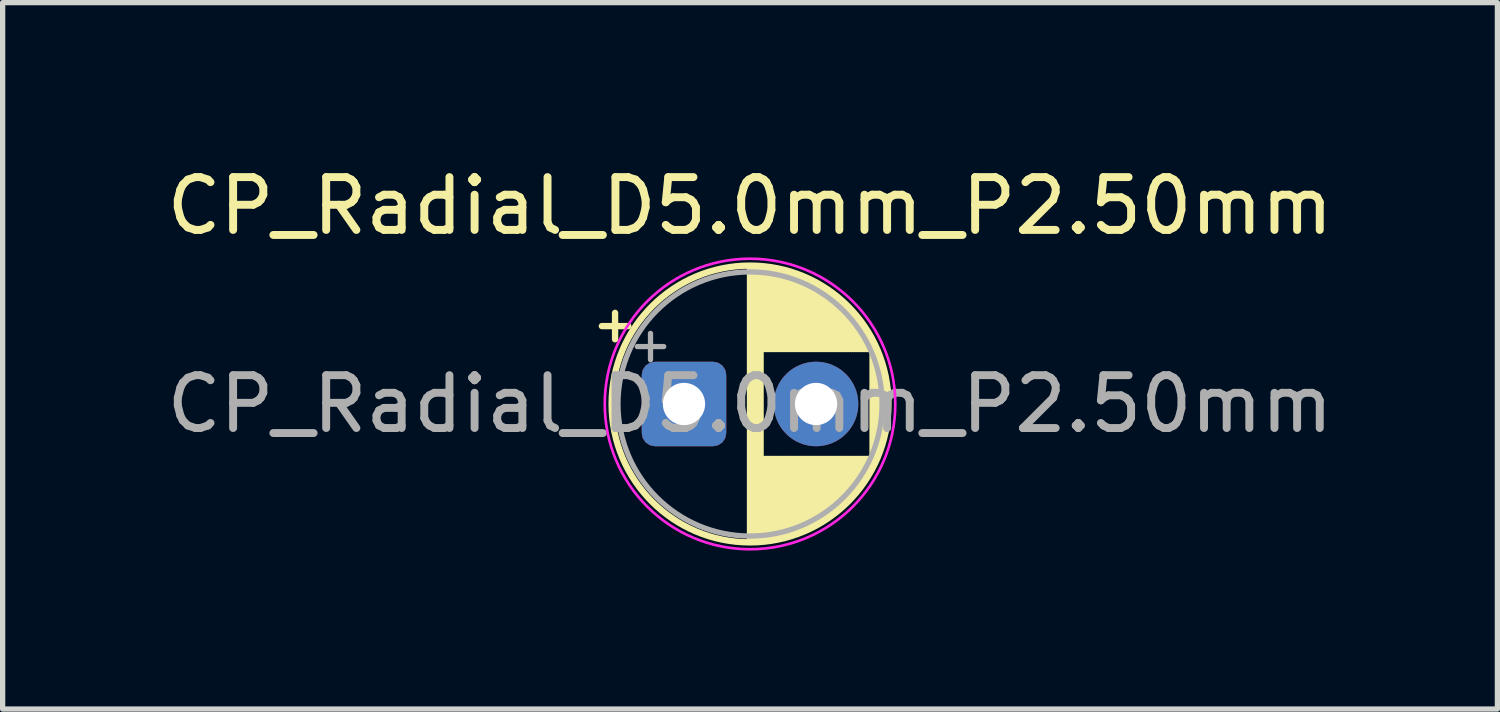
<source format=kicad_pcb>
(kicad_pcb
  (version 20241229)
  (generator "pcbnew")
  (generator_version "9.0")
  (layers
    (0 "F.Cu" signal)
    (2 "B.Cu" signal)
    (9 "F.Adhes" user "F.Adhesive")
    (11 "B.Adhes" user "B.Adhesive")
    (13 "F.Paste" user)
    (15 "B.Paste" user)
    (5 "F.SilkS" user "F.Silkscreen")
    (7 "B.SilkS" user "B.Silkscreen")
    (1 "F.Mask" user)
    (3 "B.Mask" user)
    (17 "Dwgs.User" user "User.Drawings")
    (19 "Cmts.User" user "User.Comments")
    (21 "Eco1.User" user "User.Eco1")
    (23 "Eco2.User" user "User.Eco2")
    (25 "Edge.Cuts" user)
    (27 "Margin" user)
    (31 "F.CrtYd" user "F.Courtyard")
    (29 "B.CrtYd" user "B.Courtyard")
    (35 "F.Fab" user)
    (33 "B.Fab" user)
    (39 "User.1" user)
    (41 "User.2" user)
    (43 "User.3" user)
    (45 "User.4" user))
  (footprint "CP_Radial_D5.0mm_P2.50mm"
    (layer "F.Cu")
    (at 9.899 4.598)
    (property "Reference" "CP_Radial_D5.0mm_P2.50mm" (at 1.25 -3.75 180) (layer "F.SilkS") (effects (font (size 1 1) (thickness 0.15))))
    (attr through_hole)
    (fp_line (start -1.555 -1.475) (end -1.055 -1.475) (stroke (width 0.12) (type solid)) (layer "F.SilkS"))
    (fp_line (start -1.305 -1.725) (end -1.305 -1.225) (stroke (width 0.12) (type solid)) (layer "F.SilkS"))
    (fp_line (start 1.25 -2.58) (end 1.25 2.58) (stroke (width 0.12) (type solid)) (layer "F.SilkS"))
    (fp_line (start 1.29 -2.58) (end 1.29 2.58) (stroke (width 0.12) (type solid)) (layer "F.SilkS"))
    (fp_line (start 1.33 -2.579) (end 1.33 2.579) (stroke (width 0.12) (type solid)) (layer "F.SilkS"))
    (fp_line (start 1.37 -2.577) (end 1.37 2.577) (stroke (width 0.12) (type solid)) (layer "F.SilkS"))
    (fp_line (start 1.41 -2.575) (end 1.41 2.575) (stroke (width 0.12) (type solid)) (layer "F.SilkS"))
    (fp_line (start 1.45 -2.572) (end 1.45 2.572) (stroke (width 0.12) (type solid)) (layer "F.SilkS"))
    (fp_line (start 1.49 -2.569) (end 1.49 -1.04) (stroke (width 0.12) (type solid)) (layer "F.SilkS"))
    (fp_line (start 1.49 1.04) (end 1.49 2.569) (stroke (width 0.12) (type solid)) (layer "F.SilkS"))
    (fp_line (start 1.53 -2.565) (end 1.53 -1.04) (stroke (width 0.12) (type solid)) (layer "F.SilkS"))
    (fp_line (start 1.53 1.04) (end 1.53 2.565) (stroke (width 0.12) (type solid)) (layer "F.SilkS"))
    (fp_line (start 1.57 -2.56) (end 1.57 -1.04) (stroke (width 0.12) (type solid)) (layer "F.SilkS"))
    (fp_line (start 1.57 1.04) (end 1.57 2.56) (stroke (width 0.12) (type solid)) (layer "F.SilkS"))
    (fp_line (start 1.61 -2.555) (end 1.61 -1.04) (stroke (width 0.12) (type solid)) (layer "F.SilkS"))
    (fp_line (start 1.61 1.04) (end 1.61 2.555) (stroke (width 0.12) (type solid)) (layer "F.SilkS"))
    (fp_line (start 1.65 -2.549) (end 1.65 -1.04) (stroke (width 0.12) (type solid)) (layer "F.SilkS"))
    (fp_line (start 1.65 1.04) (end 1.65 2.549) (stroke (width 0.12) (type solid)) (layer "F.SilkS"))
    (fp_line (start 1.69 -2.543) (end 1.69 -1.04) (stroke (width 0.12) (type solid)) (layer "F.SilkS"))
    (fp_line (start 1.69 1.04) (end 1.69 2.543) (stroke (width 0.12) (type solid)) (layer "F.SilkS"))
    (fp_line (start 1.73 -2.536) (end 1.73 -1.04) (stroke (width 0.12) (type solid)) (layer "F.SilkS"))
    (fp_line (start 1.73 1.04) (end 1.73 2.536) (stroke (width 0.12) (type solid)) (layer "F.SilkS"))
    (fp_line (start 1.77 -2.528) (end 1.77 -1.04) (stroke (width 0.12) (type solid)) (layer "F.SilkS"))
    (fp_line (start 1.77 1.04) (end 1.77 2.528) (stroke (width 0.12) (type solid)) (layer "F.SilkS"))
    (fp_line (start 1.81 -2.519) (end 1.81 -1.04) (stroke (width 0.12) (type solid)) (layer "F.SilkS"))
    (fp_line (start 1.81 1.04) (end 1.81 2.519) (stroke (width 0.12) (type solid)) (layer "F.SilkS"))
    (fp_line (start 1.85 -2.51) (end 1.85 -1.04) (stroke (width 0.12) (type solid)) (layer "F.SilkS"))
    (fp_line (start 1.85 1.04) (end 1.85 2.51) (stroke (width 0.12) (type solid)) (layer "F.SilkS"))
    (fp_line (start 1.89 -2.501) (end 1.89 -1.04) (stroke (width 0.12) (type solid)) (layer "F.SilkS"))
    (fp_line (start 1.89 1.04) (end 1.89 2.501) (stroke (width 0.12) (type solid)) (layer "F.SilkS"))
    (fp_line (start 1.93 -2.49) (end 1.93 -1.04) (stroke (width 0.12) (type solid)) (layer "F.SilkS"))
    (fp_line (start 1.93 1.04) (end 1.93 2.49) (stroke (width 0.12) (type solid)) (layer "F.SilkS"))
    (fp_line (start 1.97 -2.479) (end 1.97 -1.04) (stroke (width 0.12) (type solid)) (layer "F.SilkS"))
    (fp_line (start 1.97 1.04) (end 1.97 2.479) (stroke (width 0.12) (type solid)) (layer "F.SilkS"))
    (fp_line (start 2.01 -2.467) (end 2.01 -1.04) (stroke (width 0.12) (type solid)) (layer "F.SilkS"))
    (fp_line (start 2.01 1.04) (end 2.01 2.467) (stroke (width 0.12) (type solid)) (layer "F.SilkS"))
    (fp_line (start 2.05 -2.455) (end 2.05 -1.04) (stroke (width 0.12) (type solid)) (layer "F.SilkS"))
    (fp_line (start 2.05 1.04) (end 2.05 2.455) (stroke (width 0.12) (type solid)) (layer "F.SilkS"))
    (fp_line (start 2.09 -2.442) (end 2.09 -1.04) (stroke (width 0.12) (type solid)) (layer "F.SilkS"))
    (fp_line (start 2.09 1.04) (end 2.09 2.442) (stroke (width 0.12) (type solid)) (layer "F.SilkS"))
    (fp_line (start 2.13 -2.428) (end 2.13 -1.04) (stroke (width 0.12) (type solid)) (layer "F.SilkS"))
    (fp_line (start 2.13 1.04) (end 2.13 2.428) (stroke (width 0.12) (type solid)) (layer "F.SilkS"))
    (fp_line (start 2.17 -2.413) (end 2.17 -1.04) (stroke (width 0.12) (type solid)) (layer "F.SilkS"))
    (fp_line (start 2.17 1.04) (end 2.17 2.413) (stroke (width 0.12) (type solid)) (layer "F.SilkS"))
    (fp_line (start 2.21 -2.398) (end 2.21 -1.04) (stroke (width 0.12) (type solid)) (layer "F.SilkS"))
    (fp_line (start 2.21 1.04) (end 2.21 2.398) (stroke (width 0.12) (type solid)) (layer "F.SilkS"))
    (fp_line (start 2.25 -2.382) (end 2.25 -1.04) (stroke (width 0.12) (type solid)) (layer "F.SilkS"))
    (fp_line (start 2.25 1.04) (end 2.25 2.382) (stroke (width 0.12) (type solid)) (layer "F.SilkS"))
    (fp_line (start 2.29 -2.365) (end 2.29 -1.04) (stroke (width 0.12) (type solid)) (layer "F.SilkS"))
    (fp_line (start 2.29 1.04) (end 2.29 2.365) (stroke (width 0.12) (type solid)) (layer "F.SilkS"))
    (fp_line (start 2.33 -2.347) (end 2.33 -1.04) (stroke (width 0.12) (type solid)) (layer "F.SilkS"))
    (fp_line (start 2.33 1.04) (end 2.33 2.347) (stroke (width 0.12) (type solid)) (layer "F.SilkS"))
    (fp_line (start 2.37 -2.329) (end 2.37 -1.04) (stroke (width 0.12) (type solid)) (layer "F.SilkS"))
    (fp_line (start 2.37 1.04) (end 2.37 2.329) (stroke (width 0.12) (type solid)) (layer "F.SilkS"))
    (fp_line (start 2.41 -2.309) (end 2.41 -1.04) (stroke (width 0.12) (type solid)) (layer "F.SilkS"))
    (fp_line (start 2.41 1.04) (end 2.41 2.309) (stroke (width 0.12) (type solid)) (layer "F.SilkS"))
    (fp_line (start 2.45 -2.289) (end 2.45 -1.04) (stroke (width 0.12) (type solid)) (layer "F.SilkS"))
    (fp_line (start 2.45 1.04) (end 2.45 2.289) (stroke (width 0.12) (type solid)) (layer "F.SilkS"))
    (fp_line (start 2.49 -2.268) (end 2.49 -1.04) (stroke (width 0.12) (type solid)) (layer "F.SilkS"))
    (fp_line (start 2.49 1.04) (end 2.49 2.268) (stroke (width 0.12) (type solid)) (layer "F.SilkS"))
    (fp_line (start 2.53 -2.246) (end 2.53 -1.04) (stroke (width 0.12) (type solid)) (layer "F.SilkS"))
    (fp_line (start 2.53 1.04) (end 2.53 2.246) (stroke (width 0.12) (type solid)) (layer "F.SilkS"))
    (fp_line (start 2.57 -2.223) (end 2.57 -1.04) (stroke (width 0.12) (type solid)) (layer "F.SilkS"))
    (fp_line (start 2.57 1.04) (end 2.57 2.223) (stroke (width 0.12) (type solid)) (layer "F.SilkS"))
    (fp_line (start 2.61 -2.199) (end 2.61 -1.04) (stroke (width 0.12) (type solid)) (layer "F.SilkS"))
    (fp_line (start 2.61 1.04) (end 2.61 2.199) (stroke (width 0.12) (type solid)) (layer "F.SilkS"))
    (fp_line (start 2.65 -2.175) (end 2.65 -1.04) (stroke (width 0.12) (type solid)) (layer "F.SilkS"))
    (fp_line (start 2.65 1.04) (end 2.65 2.175) (stroke (width 0.12) (type solid)) (layer "F.SilkS"))
    (fp_line (start 2.69 -2.149) (end 2.69 -1.04) (stroke (width 0.12) (type solid)) (layer "F.SilkS"))
    (fp_line (start 2.69 1.04) (end 2.69 2.149) (stroke (width 0.12) (type solid)) (layer "F.SilkS"))
    (fp_line (start 2.73 -2.122) (end 2.73 -1.04) (stroke (width 0.12) (type solid)) (layer "F.SilkS"))
    (fp_line (start 2.73 1.04) (end 2.73 2.122) (stroke (width 0.12) (type solid)) (layer "F.SilkS"))
    (fp_line (start 2.77 -2.094) (end 2.77 -1.04) (stroke (width 0.12) (type solid)) (layer "F.SilkS"))
    (fp_line (start 2.77 1.04) (end 2.77 2.094) (stroke (width 0.12) (type solid)) (layer "F.SilkS"))
    (fp_line (start 2.81 -2.065) (end 2.81 -1.04) (stroke (width 0.12) (type solid)) (layer "F.SilkS"))
    (fp_line (start 2.81 1.04) (end 2.81 2.065) (stroke (width 0.12) (type solid)) (layer "F.SilkS"))
    (fp_line (start 2.85 -2.035) (end 2.85 -1.04) (stroke (width 0.12) (type solid)) (layer "F.SilkS"))
    (fp_line (start 2.85 1.04) (end 2.85 2.035) (stroke (width 0.12) (type solid)) (layer "F.SilkS"))
    (fp_line (start 2.89 -2.003) (end 2.89 -1.04) (stroke (width 0.12) (type solid)) (layer "F.SilkS"))
    (fp_line (start 2.89 1.04) (end 2.89 2.003) (stroke (width 0.12) (type solid)) (layer "F.SilkS"))
    (fp_line (start 2.93 -1.97) (end 2.93 -1.04) (stroke (width 0.12) (type solid)) (layer "F.SilkS"))
    (fp_line (start 2.93 1.04) (end 2.93 1.97) (stroke (width 0.12) (type solid)) (layer "F.SilkS"))
    (fp_line (start 2.97 -1.936) (end 2.97 -1.04) (stroke (width 0.12) (type solid)) (layer "F.SilkS"))
    (fp_line (start 2.97 1.04) (end 2.97 1.936) (stroke (width 0.12) (type solid)) (layer "F.SilkS"))
    (fp_line (start 3.01 -1.901) (end 3.01 -1.04) (stroke (width 0.12) (type solid)) (layer "F.SilkS"))
    (fp_line (start 3.01 1.04) (end 3.01 1.901) (stroke (width 0.12) (type solid)) (layer "F.SilkS"))
    (fp_line (start 3.05 -1.864) (end 3.05 -1.04) (stroke (width 0.12) (type solid)) (layer "F.SilkS"))
    (fp_line (start 3.05 1.04) (end 3.05 1.864) (stroke (width 0.12) (type solid)) (layer "F.SilkS"))
    (fp_line (start 3.09 -1.825) (end 3.09 -1.04) (stroke (width 0.12) (type solid)) (layer "F.SilkS"))
    (fp_line (start 3.09 1.04) (end 3.09 1.825) (stroke (width 0.12) (type solid)) (layer "F.SilkS"))
    (fp_line (start 3.13 -1.785) (end 3.13 -1.04) (stroke (width 0.12) (type solid)) (layer "F.SilkS"))
    (fp_line (start 3.13 1.04) (end 3.13 1.785) (stroke (width 0.12) (type solid)) (layer "F.SilkS"))
    (fp_line (start 3.17 -1.743) (end 3.17 -1.04) (stroke (width 0.12) (type solid)) (layer "F.SilkS"))
    (fp_line (start 3.17 1.04) (end 3.17 1.743) (stroke (width 0.12) (type solid)) (layer "F.SilkS"))
    (fp_line (start 3.21 -1.699) (end 3.21 -1.04) (stroke (width 0.12) (type solid)) (layer "F.SilkS"))
    (fp_line (start 3.21 1.04) (end 3.21 1.699) (stroke (width 0.12) (type solid)) (layer "F.SilkS"))
    (fp_line (start 3.25 -1.652) (end 3.25 -1.04) (stroke (width 0.12) (type solid)) (layer "F.SilkS"))
    (fp_line (start 3.25 1.04) (end 3.25 1.652) (stroke (width 0.12) (type solid)) (layer "F.SilkS"))
    (fp_line (start 3.29 -1.604) (end 3.29 -1.04) (stroke (width 0.12) (type solid)) (layer "F.SilkS"))
    (fp_line (start 3.29 1.04) (end 3.29 1.604) (stroke (width 0.12) (type solid)) (layer "F.SilkS"))
    (fp_line (start 3.33 -1.553) (end 3.33 -1.04) (stroke (width 0.12) (type solid)) (layer "F.SilkS"))
    (fp_line (start 3.33 1.04) (end 3.33 1.553) (stroke (width 0.12) (type solid)) (layer "F.SilkS"))
    (fp_line (start 3.37 -1.499) (end 3.37 -1.04) (stroke (width 0.12) (type solid)) (layer "F.SilkS"))
    (fp_line (start 3.37 1.04) (end 3.37 1.499) (stroke (width 0.12) (type solid)) (layer "F.SilkS"))
    (fp_line (start 3.41 -1.443) (end 3.41 -1.04) (stroke (width 0.12) (type solid)) (layer "F.SilkS"))
    (fp_line (start 3.41 1.04) (end 3.41 1.443) (stroke (width 0.12) (type solid)) (layer "F.SilkS"))
    (fp_line (start 3.45 -1.383) (end 3.45 -1.04) (stroke (width 0.12) (type solid)) (layer "F.SilkS"))
    (fp_line (start 3.45 1.04) (end 3.45 1.383) (stroke (width 0.12) (type solid)) (layer "F.SilkS"))
    (fp_line (start 3.49 -1.319) (end 3.49 -1.04) (stroke (width 0.12) (type solid)) (layer "F.SilkS"))
    (fp_line (start 3.49 1.04) (end 3.49 1.319) (stroke (width 0.12) (type solid)) (layer "F.SilkS"))
    (fp_line (start 3.53 -1.251) (end 3.53 -1.04) (stroke (width 0.12) (type solid)) (layer "F.SilkS"))
    (fp_line (start 3.53 1.04) (end 3.53 1.251) (stroke (width 0.12) (type solid)) (layer "F.SilkS"))
    (fp_line (start 3.57 -1.177) (end 3.57 1.177) (stroke (width 0.12) (type solid)) (layer "F.SilkS"))
    (fp_line (start 3.61 -1.098) (end 3.61 1.098) (stroke (width 0.12) (type solid)) (layer "F.SilkS"))
    (fp_line (start 3.65 -1.011) (end 3.65 1.011) (stroke (width 0.12) (type solid)) (layer "F.SilkS"))
    (fp_line (start 3.69 -0.914) (end 3.69 0.914) (stroke (width 0.12) (type solid)) (layer "F.SilkS"))
    (fp_line (start 3.73 -0.805) (end 3.73 0.805) (stroke (width 0.12) (type solid)) (layer "F.SilkS"))
    (fp_line (start 3.77 -0.677) (end 3.77 0.677) (stroke (width 0.12) (type solid)) (layer "F.SilkS"))
    (fp_line (start 3.81 -0.517) (end 3.81 0.517) (stroke (width 0.12) (type solid)) (layer "F.SilkS"))
    (fp_line (start 3.85 -0.283) (end 3.85 0.283) (stroke (width 0.12) (type solid)) (layer "F.SilkS"))
    (fp_circle (center 1.25 0) (end 3.87 0) (stroke (width 0.12) (type solid)) (fill no) (layer "F.SilkS"))
    (fp_circle (center 1.25 0) (end 4 0) (stroke (width 0.05) (type solid)) (fill no) (layer "F.CrtYd"))
    (fp_line (start -0.884 -1.087) (end -0.384 -1.087) (stroke (width 0.1) (type solid)) (layer "F.Fab"))
    (fp_line (start -0.634 -1.337) (end -0.634 -0.838) (stroke (width 0.1) (type solid)) (layer "F.Fab"))
    (fp_circle (center 1.25 0) (end 3.75 0) (stroke (width 0.1) (type solid)) (fill no) (layer "F.Fab"))
    (fp_text user "${REFERENCE}" (at 1.25 0 180) (layer "F.Fab") (effects (font (size 1 1) (thickness 0.15))))
    (pad "1" thru_hole roundrect (at 0 0) (size 1.6 1.6) (drill 0.8) (layers "*.Cu" "*.Mask") (roundrect_rratio 0.156))
    (pad "2" thru_hole circle (at 2.5 0) (size 1.6 1.6) (drill 0.8) (layers "*.Cu" "*.Mask")))
  (gr_rect
    (start -3 -3)
    (end 25.298 10.373)
    (stroke (width 0.1) (type default))
    (fill no)
    (layer "Edge.Cuts")))
</source>
